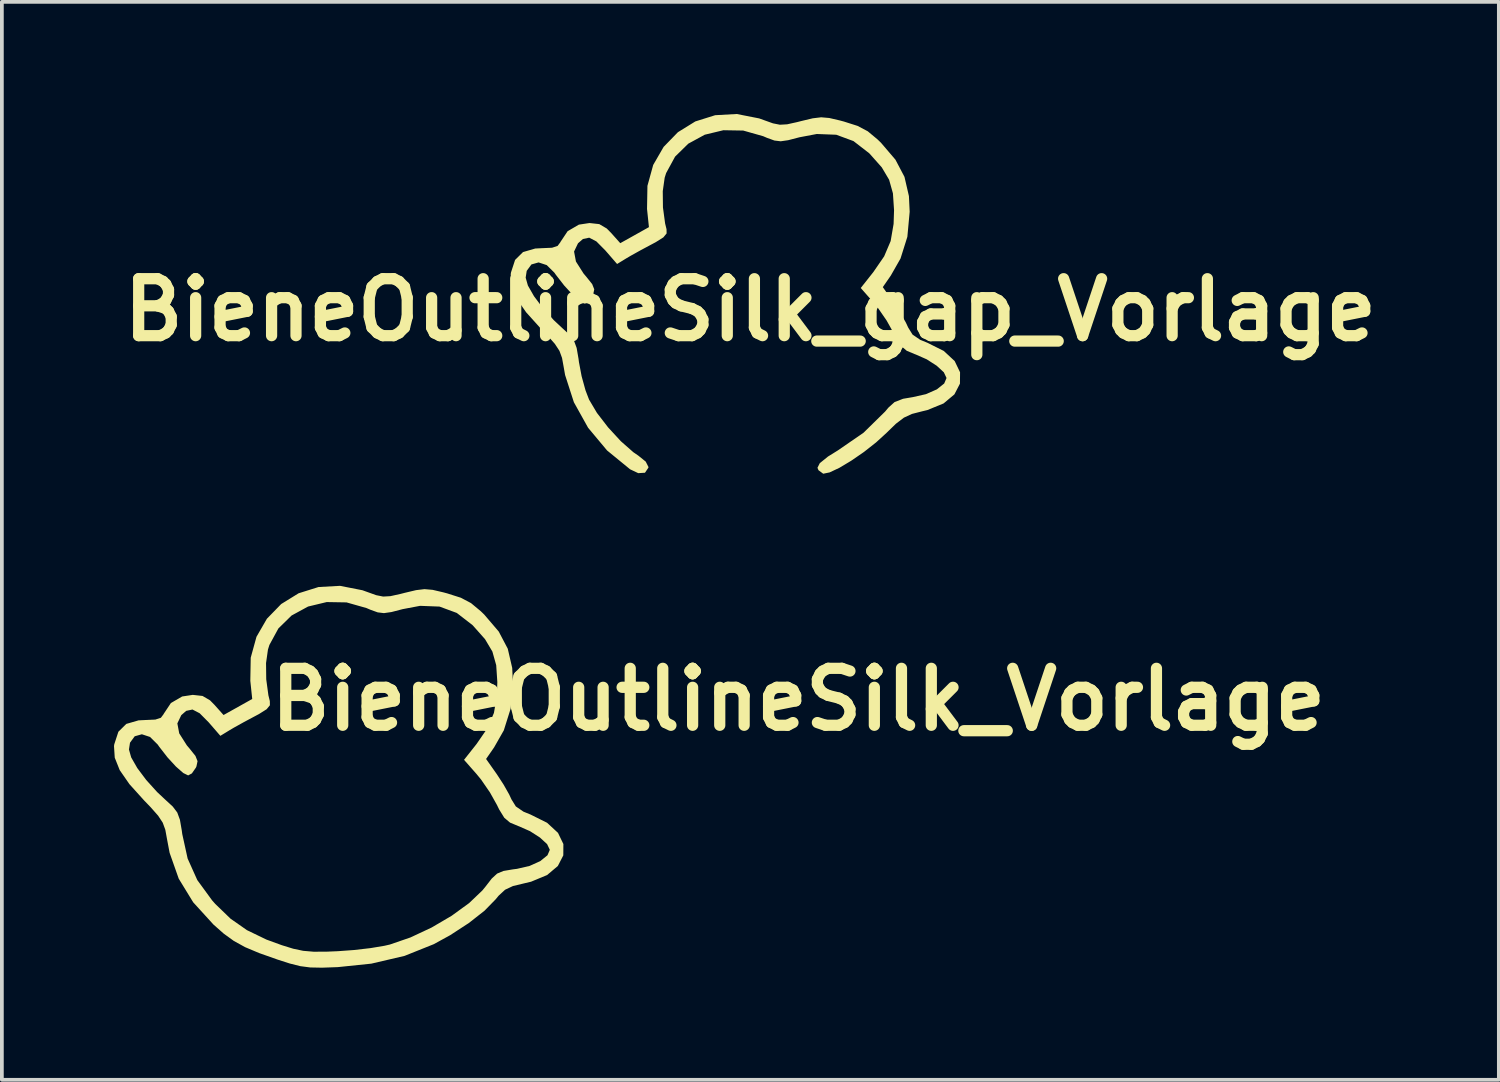
<source format=kicad_pcb>
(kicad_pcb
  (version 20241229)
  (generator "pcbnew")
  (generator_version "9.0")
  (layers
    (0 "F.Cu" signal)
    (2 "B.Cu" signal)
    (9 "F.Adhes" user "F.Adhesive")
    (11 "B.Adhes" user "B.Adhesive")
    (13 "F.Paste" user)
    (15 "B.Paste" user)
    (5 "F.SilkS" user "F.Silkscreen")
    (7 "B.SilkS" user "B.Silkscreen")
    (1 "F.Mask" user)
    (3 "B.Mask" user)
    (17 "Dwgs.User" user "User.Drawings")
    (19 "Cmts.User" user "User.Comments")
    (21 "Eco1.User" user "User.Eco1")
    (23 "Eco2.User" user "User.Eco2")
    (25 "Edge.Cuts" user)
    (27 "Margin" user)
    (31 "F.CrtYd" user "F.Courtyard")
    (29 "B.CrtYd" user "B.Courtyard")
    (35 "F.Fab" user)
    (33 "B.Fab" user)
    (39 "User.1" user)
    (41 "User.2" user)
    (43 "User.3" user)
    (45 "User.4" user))
  (footprint "BieneOutlineSilk_Vorlage"
    (layer "F.Cu")
    (at 6.411 17.865)
    (property "Reference" "BieneOutlineSilk_Vorlage" (at 11.9 -2.2 0) (layer "F.SilkS") (effects (font (size 1.524 1.524) (thickness 0.3))))
    (attr board_only exclude_from_pos_files exclude_from_bom)
    (fp_poly (pts (xy 0.237 -5.123) (xy 0.359 -5.079) (xy 0.605 -4.991) (xy 0.791 -4.954) (xy 0.984 -4.965) (xy 1.251 -5.024) (xy 1.364 -5.053) (xy 1.671 -5.126) (xy 1.896 -5.153) (xy 2.113 -5.134) (xy 2.396 -5.068) (xy 2.504 -5.039) (xy 2.868 -4.923) (xy 3.141 -4.779) (xy 3.402 -4.562) (xy 3.495 -4.472) (xy 3.882 -4.019) (xy 4.124 -3.559) (xy 4.243 -3.044) (xy 4.263 -2.625) (xy 4.201 -1.955) (xy 4.018 -1.374) (xy 3.758 -0.918) (xy 3.544 -0.609) (xy 3.833 -0.199) (xy 4.012 0.076) (xy 4.162 0.341) (xy 4.223 0.472) (xy 4.34 0.661) (xy 4.545 0.801) (xy 4.734 0.878) (xy 5.176 1.098) (xy 5.468 1.368) (xy 5.612 1.667) (xy 5.61 1.97) (xy 5.464 2.254) (xy 5.176 2.497) (xy 4.747 2.675) (xy 4.574 2.716) (xy 4.262 2.791) (xy 4.052 2.89) (xy 3.879 3.05) (xy 3.798 3.148) (xy 3.502 3.451) (xy 3.084 3.779) (xy 2.586 4.104) (xy 2.145 4.346) (xy 1.364 4.659) (xy 0.474 4.867) (xy -0.423 4.96) (xy -0.846 4.975) (xy -1.161 4.969) (xy -1.428 4.934) (xy -1.709 4.863) (xy -2.032 4.759) (xy -2.527 4.584) (xy -2.903 4.426) (xy -3.204 4.26) (xy -3.475 4.064) (xy -3.749 3.822) (xy -4.292 3.226) (xy -4.679 2.594) (xy -4.923 1.902) (xy -4.995 1.522) (xy -5.038 1.285) (xy -5.107 1.096) (xy -5.23 0.909) (xy -5.432 0.68) (xy -5.603 0.503) (xy -5.998 0.065) (xy -6.258 -0.31) (xy -6.391 -0.643) (xy -6.405 -0.862) (xy -6.011 -0.862) (xy -5.951 -0.651) (xy -5.788 -0.366) (xy -5.548 -0.046) (xy -5.259 0.274) (xy -5.039 0.48) (xy -4.839 0.664) (xy -4.718 0.824) (xy -4.647 1.018) (xy -4.597 1.308) (xy -4.585 1.399) (xy -4.441 2.055) (xy -4.183 2.63) (xy -3.786 3.174) (xy -3.701 3.27) (xy -3.293 3.664) (xy -2.854 3.971) (xy -2.333 4.223) (xy -1.922 4.373) (xy -1.615 4.468) (xy -1.349 4.524) (xy -1.068 4.548) (xy -0.712 4.546) (xy -0.423 4.534) (xy 0.015 4.502) (xy 0.454 4.451) (xy 0.825 4.389) (xy 0.969 4.356) (xy 1.521 4.166) (xy 2.086 3.901) (xy 2.623 3.586) (xy 3.09 3.247) (xy 3.444 2.909) (xy 3.515 2.823) (xy 3.695 2.591) (xy 3.839 2.458) (xy 4.009 2.387) (xy 4.266 2.344) (xy 4.369 2.331) (xy 4.707 2.253) (xy 4.993 2.124) (xy 5.187 1.967) (xy 5.249 1.822) (xy 5.177 1.67) (xy 4.986 1.494) (xy 4.72 1.323) (xy 4.421 1.191) (xy 4.41 1.188) (xy 4.185 1.094) (xy 4.031 0.964) (xy 3.895 0.744) (xy 3.834 0.62) (xy 3.647 0.286) (xy 3.41 -0.058) (xy 3.288 -0.207) (xy 2.954 -0.586) (xy 3.291 -1.012) (xy 3.58 -1.432) (xy 3.754 -1.841) (xy 3.833 -2.301) (xy 3.845 -2.667) (xy 3.815 -3.118) (xy 3.713 -3.482) (xy 3.516 -3.814) (xy 3.198 -4.172) (xy 3.179 -4.192) (xy 2.76 -4.516) (xy 2.299 -4.686) (xy 1.778 -4.706) (xy 1.313 -4.618) (xy 1.013 -4.54) (xy 0.812 -4.511) (xy 0.645 -4.531) (xy 0.448 -4.602) (xy 0.343 -4.647) (xy -0.19 -4.798) (xy -0.72 -4.807) (xy -1.219 -4.687) (xy -1.66 -4.447) (xy -2.013 -4.101) (xy -2.253 -3.66) (xy -2.292 -3.536) (xy -2.343 -3.176) (xy -2.338 -2.74) (xy -2.28 -2.312) (xy -2.242 -2.158) (xy -2.24 -2.046) (xy -2.327 -1.94) (xy -2.532 -1.811) (xy -2.641 -1.753) (xy -2.933 -1.597) (xy -3.201 -1.448) (xy -3.328 -1.373) (xy -3.565 -1.228) (xy -3.878 -1.589) (xy -4.119 -1.832) (xy -4.311 -1.932) (xy -4.48 -1.896) (xy -4.611 -1.781) (xy -4.716 -1.561) (xy -4.666 -1.294) (xy -4.462 -0.973) (xy -4.389 -0.887) (xy -4.231 -0.689) (xy -4.176 -0.55) (xy -4.205 -0.411) (xy -4.22 -0.377) (xy -4.327 -0.223) (xy -4.427 -0.169) (xy -4.559 -0.234) (xy -4.754 -0.406) (xy -4.98 -0.652) (xy -5.203 -0.939) (xy -5.242 -0.995) (xy -5.447 -1.198) (xy -5.665 -1.27) (xy -5.857 -1.216) (xy -5.983 -1.044) (xy -6.011 -0.862) (xy -6.405 -0.862) (xy -6.411 -0.954) (xy -6.404 -1.001) (xy -6.294 -1.337) (xy -6.082 -1.547) (xy -5.754 -1.642) (xy -5.574 -1.651) (xy -5.305 -1.663) (xy -5.157 -1.711) (xy -5.083 -1.81) (xy -5.079 -1.82) (xy -4.888 -2.106) (xy -4.587 -2.281) (xy -4.303 -2.324) (xy -4.042 -2.295) (xy -3.842 -2.178) (xy -3.721 -2.055) (xy -3.48 -1.785) (xy -3.097 -1.999) (xy -2.713 -2.214) (xy -2.764 -2.7) (xy -2.753 -3.319) (xy -2.599 -3.878) (xy -2.32 -4.361) (xy -1.938 -4.754) (xy -1.472 -5.042) (xy -0.94 -5.209) (xy -0.364 -5.241)) (stroke (width 0) (type solid)) (fill yes) (layer "F.SilkS")))
  (footprint "BieneOutlineSilk_gap_Vorlage"
    (layer "F.Cu")
    (at 17.025 5.241)
    (property "Reference" "BieneOutlineSilk_gap_Vorlage" (at 0 0 0) (layer "F.SilkS") (effects (font (size 1.524 1.524) (thickness 0.3))))
    (attr board_only exclude_from_pos_files exclude_from_bom)
    (fp_poly (pts (xy 0.237 -5.123) (xy 0.359 -5.079) (xy 0.605 -4.991) (xy 0.791 -4.954) (xy 0.984 -4.965) (xy 1.251 -5.024) (xy 1.364 -5.053) (xy 1.671 -5.126) (xy 1.896 -5.153) (xy 2.113 -5.134) (xy 2.396 -5.068) (xy 2.504 -5.039) (xy 2.868 -4.923) (xy 3.141 -4.779) (xy 3.402 -4.562) (xy 3.495 -4.472) (xy 3.882 -4.019) (xy 4.124 -3.559) (xy 4.243 -3.044) (xy 4.263 -2.625) (xy 4.201 -1.955) (xy 4.018 -1.374) (xy 3.758 -0.918) (xy 3.544 -0.609) (xy 3.833 -0.199) (xy 4.012 0.076) (xy 4.162 0.341) (xy 4.223 0.472) (xy 4.34 0.661) (xy 4.545 0.801) (xy 4.734 0.878) (xy 5.175 1.098) (xy 5.467 1.369) (xy 5.611 1.669) (xy 5.608 1.974) (xy 5.46 2.26) (xy 5.17 2.503) (xy 4.737 2.68) (xy 4.603 2.712) (xy 4.326 2.783) (xy 4.109 2.883) (xy 3.894 3.047) (xy 3.643 3.291) (xy 3.365 3.545) (xy 3.04 3.801) (xy 2.7 4.035) (xy 2.383 4.225) (xy 2.122 4.348) (xy 1.952 4.383) (xy 1.948 4.382) (xy 1.823 4.289) (xy 1.796 4.224) (xy 1.858 4.101) (xy 2.077 3.924) (xy 2.341 3.76) (xy 3.029 3.286) (xy 3.606 2.72) (xy 3.694 2.615) (xy 3.858 2.467) (xy 4.087 2.378) (xy 4.346 2.334) (xy 4.697 2.255) (xy 4.991 2.126) (xy 5.187 1.969) (xy 5.249 1.822) (xy 5.177 1.67) (xy 4.986 1.494) (xy 4.72 1.323) (xy 4.421 1.191) (xy 4.41 1.188) (xy 4.185 1.094) (xy 4.031 0.964) (xy 3.895 0.744) (xy 3.834 0.62) (xy 3.647 0.286) (xy 3.41 -0.058) (xy 3.288 -0.207) (xy 2.954 -0.586) (xy 3.291 -1.012) (xy 3.58 -1.432) (xy 3.754 -1.841) (xy 3.833 -2.301) (xy 3.845 -2.667) (xy 3.815 -3.118) (xy 3.713 -3.482) (xy 3.516 -3.814) (xy 3.198 -4.172) (xy 3.179 -4.192) (xy 2.76 -4.516) (xy 2.299 -4.686) (xy 1.778 -4.706) (xy 1.313 -4.618) (xy 1.013 -4.54) (xy 0.812 -4.511) (xy 0.645 -4.531) (xy 0.448 -4.602) (xy 0.343 -4.647) (xy -0.19 -4.798) (xy -0.72 -4.807) (xy -1.219 -4.687) (xy -1.66 -4.447) (xy -2.013 -4.101) (xy -2.253 -3.66) (xy -2.292 -3.536) (xy -2.343 -3.176) (xy -2.338 -2.74) (xy -2.28 -2.312) (xy -2.242 -2.158) (xy -2.24 -2.046) (xy -2.327 -1.94) (xy -2.532 -1.811) (xy -2.641 -1.753) (xy -2.933 -1.597) (xy -3.201 -1.448) (xy -3.328 -1.373) (xy -3.565 -1.228) (xy -3.878 -1.589) (xy -4.119 -1.832) (xy -4.311 -1.932) (xy -4.48 -1.896) (xy -4.611 -1.781) (xy -4.716 -1.561) (xy -4.666 -1.294) (xy -4.462 -0.973) (xy -4.389 -0.887) (xy -4.231 -0.689) (xy -4.176 -0.55) (xy -4.205 -0.411) (xy -4.22 -0.377) (xy -4.327 -0.223) (xy -4.427 -0.169) (xy -4.559 -0.234) (xy -4.754 -0.406) (xy -4.98 -0.652) (xy -5.203 -0.939) (xy -5.242 -0.995) (xy -5.447 -1.198) (xy -5.665 -1.27) (xy -5.857 -1.216) (xy -5.983 -1.044) (xy -6.011 -0.862) (xy -5.951 -0.651) (xy -5.788 -0.366) (xy -5.548 -0.046) (xy -5.259 0.274) (xy -5.039 0.48) (xy -4.839 0.664) (xy -4.718 0.824) (xy -4.647 1.018) (xy -4.597 1.308) (xy -4.585 1.399) (xy -4.514 1.775) (xy -4.41 2.152) (xy -4.315 2.4) (xy -4.104 2.756) (xy -3.805 3.144) (xy -3.465 3.513) (xy -3.13 3.808) (xy -2.996 3.9) (xy -2.799 4.059) (xy -2.726 4.203) (xy -2.727 4.221) (xy -2.819 4.357) (xy -2.999 4.368) (xy -3.217 4.265) (xy -3.834 3.76) (xy -4.341 3.153) (xy -4.721 2.471) (xy -4.956 1.743) (xy -4.995 1.522) (xy -5.038 1.285) (xy -5.107 1.096) (xy -5.23 0.909) (xy -5.432 0.68) (xy -5.603 0.503) (xy -5.998 0.065) (xy -6.258 -0.31) (xy -6.391 -0.643) (xy -6.411 -0.954) (xy -6.404 -1.001) (xy -6.294 -1.337) (xy -6.082 -1.547) (xy -5.754 -1.642) (xy -5.574 -1.651) (xy -5.305 -1.663) (xy -5.157 -1.711) (xy -5.083 -1.81) (xy -5.079 -1.82) (xy -4.888 -2.106) (xy -4.587 -2.281) (xy -4.303 -2.324) (xy -4.042 -2.295) (xy -3.842 -2.178) (xy -3.721 -2.055) (xy -3.48 -1.785) (xy -3.097 -1.999) (xy -2.713 -2.214) (xy -2.764 -2.7) (xy -2.753 -3.319) (xy -2.599 -3.878) (xy -2.32 -4.361) (xy -1.938 -4.754) (xy -1.472 -5.042) (xy -0.94 -5.209) (xy -0.364 -5.241)) (stroke (width 0) (type solid)) (fill yes) (layer "F.SilkS")))
  (gr_rect
    (start -3 -3)
    (end 37.051 25.839)
    (stroke (width 0.1) (type default))
    (fill no)
    (layer "Edge.Cuts")))
</source>
